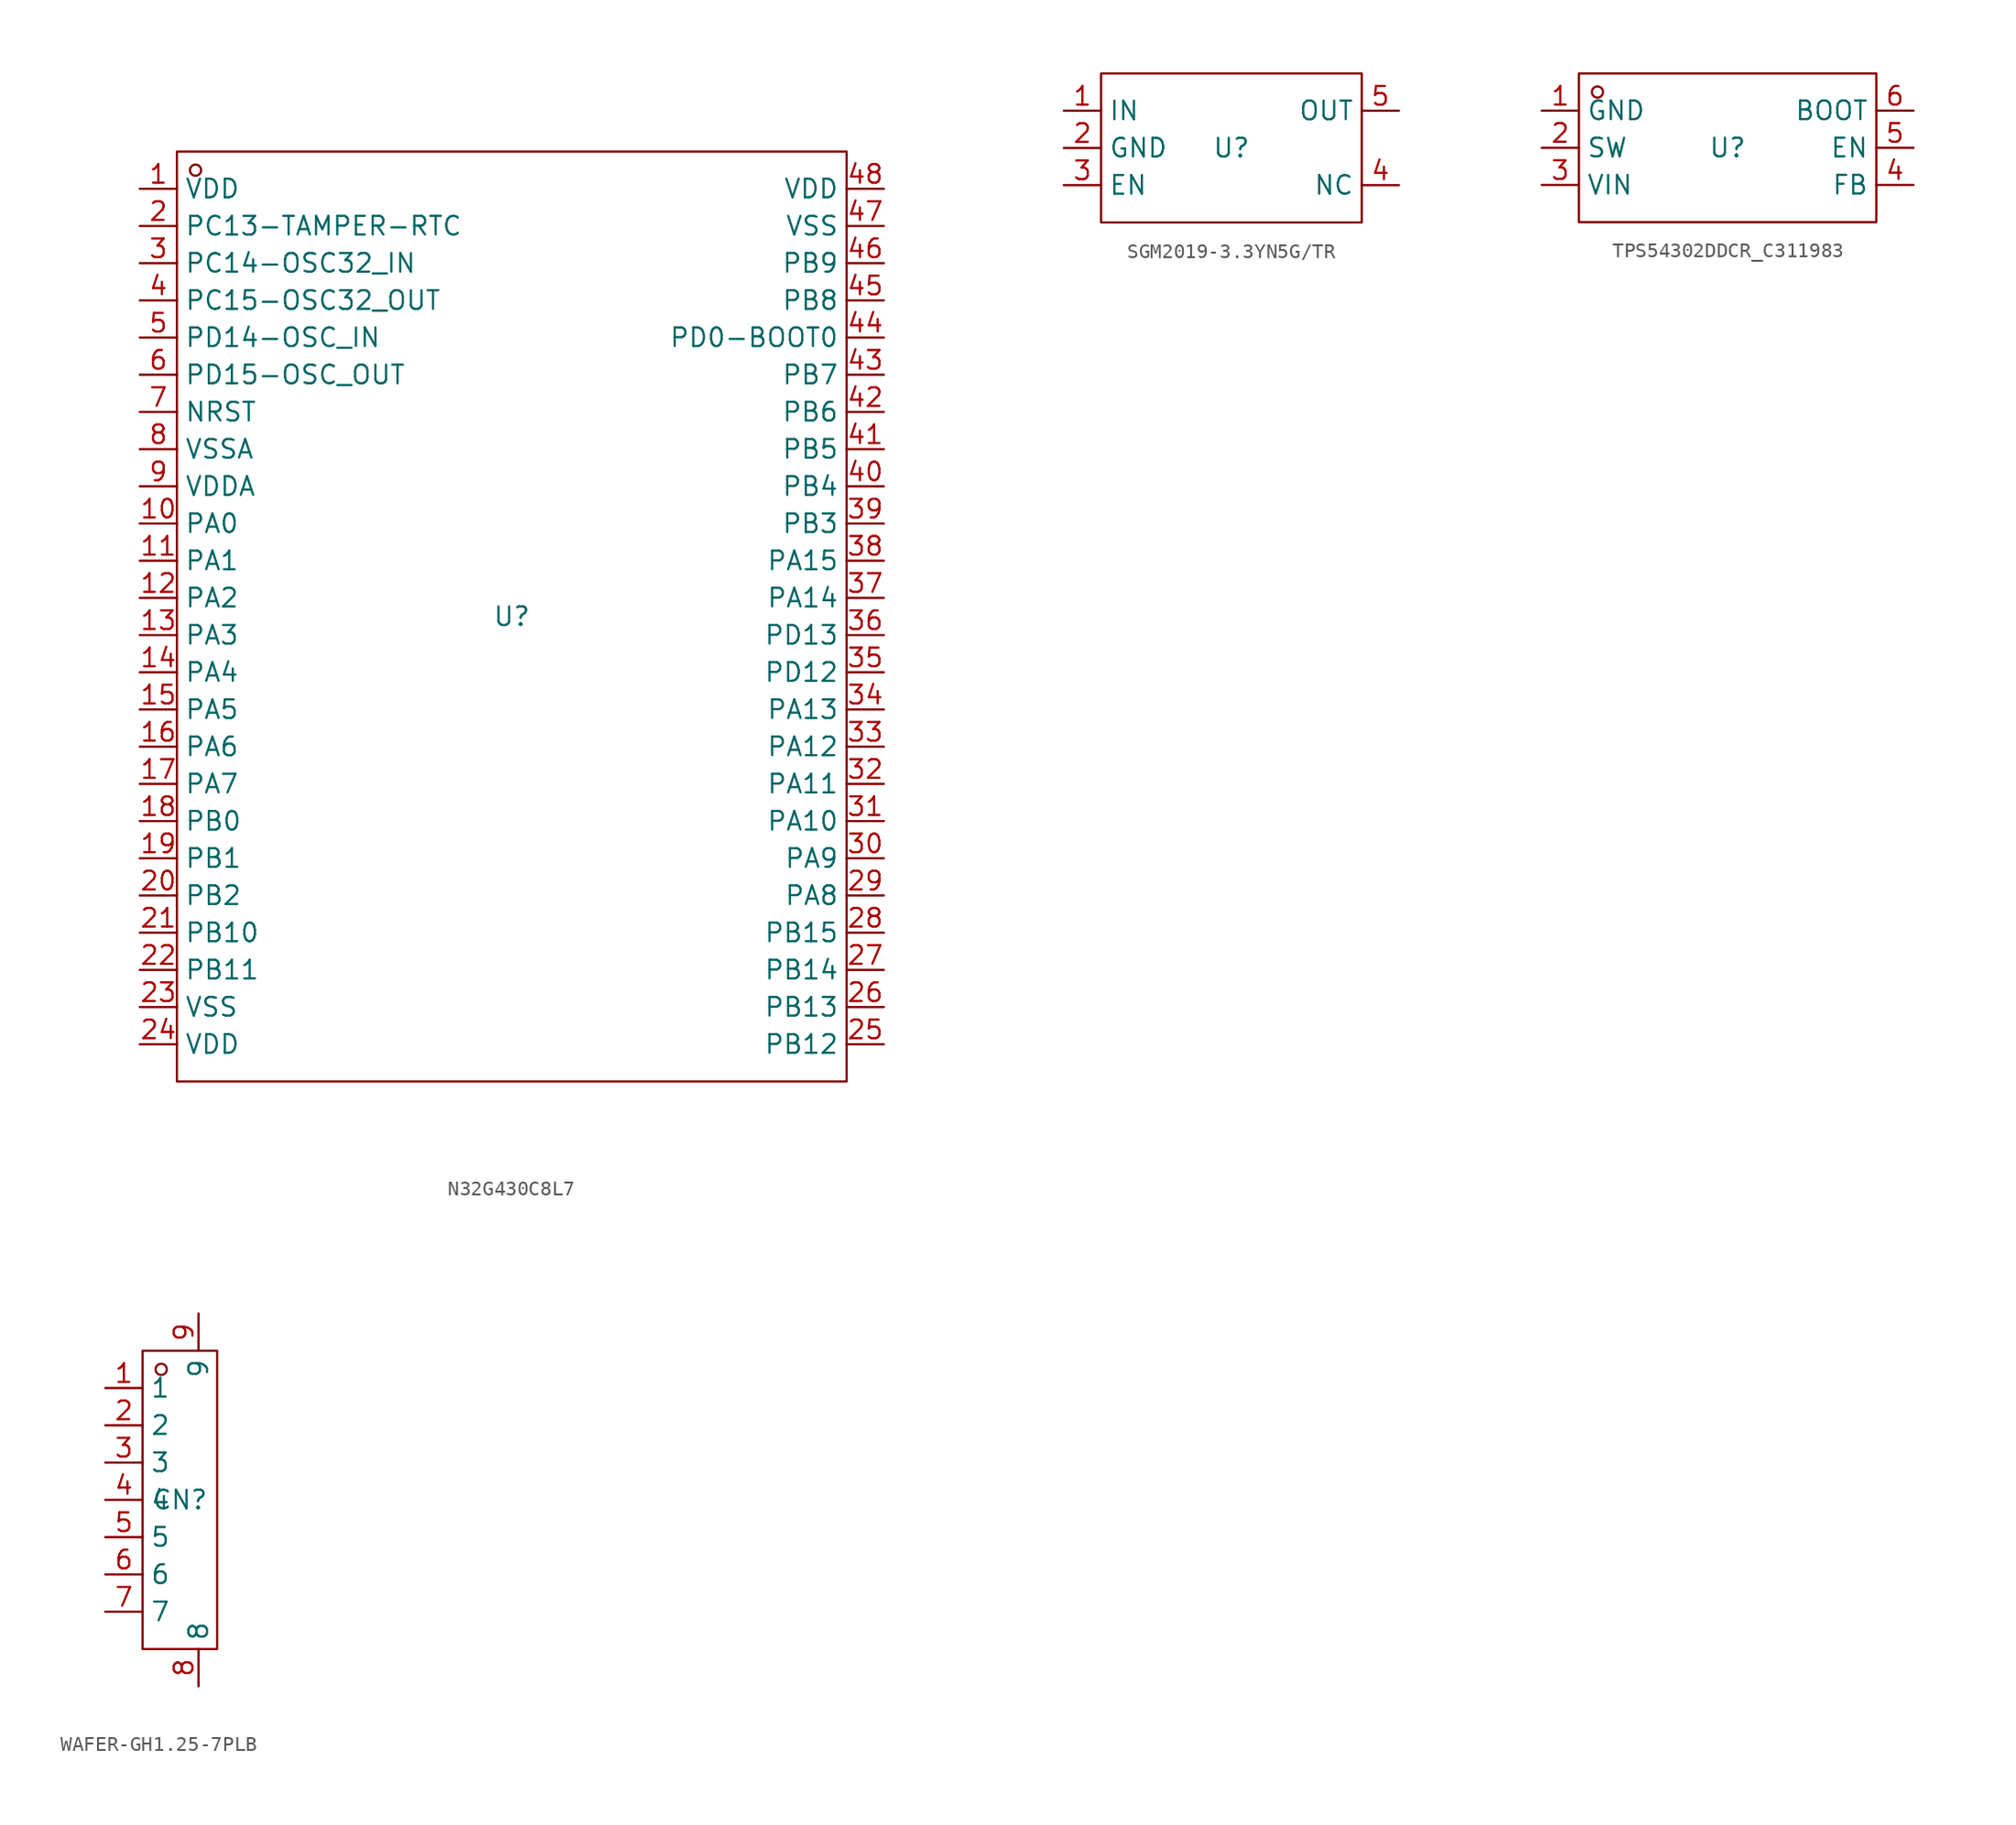
<source format=kicad_sym>
(kicad_symbol_lib
  (version 20241209)
  (generator "kicad_symbol_editor")
  (generator_version "9.0")
  (symbol "N32G430C8L7"
    (property "Reference" "U"
      (at 0 0 0)
      (effects (font (size 1.27 1.27))))
    (property "Value" ""
      (at 0 0 0)
      (effects (font (size 1.27 1.27))))
    (symbol "N32G430C8L7_1_0"
      (rectangle (start -22.86 -31.75) (end 22.86 31.75) (stroke (width 0) (type default)) (fill (type none)))
      (circle (center -21.59 30.48) (radius 0.381) (stroke (width 0) (type default)) (fill (type none)))
      (pin unspecified line (at -25.4 29.21 0) (length 2.54) (name "VDD" (effects (font (size 1.27 1.27)))) (number "1" (effects (font (size 1.27 1.27)))))
      (pin unspecified line (at -25.4 26.67 0) (length 2.54) (name "PC13-TAMPER-RTC" (effects (font (size 1.27 1.27)))) (number "2" (effects (font (size 1.27 1.27)))))
      (pin unspecified line (at -25.4 24.13 0) (length 2.54) (name "PC14-OSC32_IN" (effects (font (size 1.27 1.27)))) (number "3" (effects (font (size 1.27 1.27)))))
      (pin unspecified line (at -25.4 21.59 0) (length 2.54) (name "PC15-OSC32_OUT" (effects (font (size 1.27 1.27)))) (number "4" (effects (font (size 1.27 1.27)))))
      (pin unspecified line (at -25.4 19.05 0) (length 2.54) (name "PD14-OSC_IN" (effects (font (size 1.27 1.27)))) (number "5" (effects (font (size 1.27 1.27)))))
      (pin unspecified line (at -25.4 16.51 0) (length 2.54) (name "PD15-OSC_OUT" (effects (font (size 1.27 1.27)))) (number "6" (effects (font (size 1.27 1.27)))))
      (pin unspecified line (at -25.4 13.97 0) (length 2.54) (name "NRST" (effects (font (size 1.27 1.27)))) (number "7" (effects (font (size 1.27 1.27)))))
      (pin unspecified line (at -25.4 11.43 0) (length 2.54) (name "VSSA" (effects (font (size 1.27 1.27)))) (number "8" (effects (font (size 1.27 1.27)))))
      (pin unspecified line (at -25.4 8.89 0) (length 2.54) (name "VDDA" (effects (font (size 1.27 1.27)))) (number "9" (effects (font (size 1.27 1.27)))))
      (pin unspecified line (at -25.4 6.35 0) (length 2.54) (name "PA0" (effects (font (size 1.27 1.27)))) (number "10" (effects (font (size 1.27 1.27)))))
      (pin unspecified line (at -25.4 3.81 0) (length 2.54) (name "PA1" (effects (font (size 1.27 1.27)))) (number "11" (effects (font (size 1.27 1.27)))))
      (pin unspecified line (at -25.4 1.27 0) (length 2.54) (name "PA2" (effects (font (size 1.27 1.27)))) (number "12" (effects (font (size 1.27 1.27)))))
      (pin unspecified line (at -25.4 -1.27 0) (length 2.54) (name "PA3" (effects (font (size 1.27 1.27)))) (number "13" (effects (font (size 1.27 1.27)))))
      (pin unspecified line (at -25.4 -3.81 0) (length 2.54) (name "PA4" (effects (font (size 1.27 1.27)))) (number "14" (effects (font (size 1.27 1.27)))))
      (pin unspecified line (at -25.4 -6.35 0) (length 2.54) (name "PA5" (effects (font (size 1.27 1.27)))) (number "15" (effects (font (size 1.27 1.27)))))
      (pin unspecified line (at -25.4 -8.89 0) (length 2.54) (name "PA6" (effects (font (size 1.27 1.27)))) (number "16" (effects (font (size 1.27 1.27)))))
      (pin unspecified line (at -25.4 -11.43 0) (length 2.54) (name "PA7" (effects (font (size 1.27 1.27)))) (number "17" (effects (font (size 1.27 1.27)))))
      (pin unspecified line (at -25.4 -13.97 0) (length 2.54) (name "PB0" (effects (font (size 1.27 1.27)))) (number "18" (effects (font (size 1.27 1.27)))))
      (pin unspecified line (at -25.4 -16.51 0) (length 2.54) (name "PB1" (effects (font (size 1.27 1.27)))) (number "19" (effects (font (size 1.27 1.27)))))
      (pin unspecified line (at -25.4 -19.05 0) (length 2.54) (name "PB2" (effects (font (size 1.27 1.27)))) (number "20" (effects (font (size 1.27 1.27)))))
      (pin unspecified line (at -25.4 -21.59 0) (length 2.54) (name "PB10" (effects (font (size 1.27 1.27)))) (number "21" (effects (font (size 1.27 1.27)))))
      (pin unspecified line (at -25.4 -24.13 0) (length 2.54) (name "PB11" (effects (font (size 1.27 1.27)))) (number "22" (effects (font (size 1.27 1.27)))))
      (pin unspecified line (at -25.4 -26.67 0) (length 2.54) (name "VSS" (effects (font (size 1.27 1.27)))) (number "23" (effects (font (size 1.27 1.27)))))
      (pin unspecified line (at -25.4 -29.21 0) (length 2.54) (name "VDD" (effects (font (size 1.27 1.27)))) (number "24" (effects (font (size 1.27 1.27)))))
      (pin unspecified line (at 25.4 29.21 180) (length 2.54) (name "VDD" (effects (font (size 1.27 1.27)))) (number "48" (effects (font (size 1.27 1.27)))))
      (pin unspecified line (at 25.4 26.67 180) (length 2.54) (name "VSS" (effects (font (size 1.27 1.27)))) (number "47" (effects (font (size 1.27 1.27)))))
      (pin unspecified line (at 25.4 24.13 180) (length 2.54) (name "PB9" (effects (font (size 1.27 1.27)))) (number "46" (effects (font (size 1.27 1.27)))))
      (pin unspecified line (at 25.4 21.59 180) (length 2.54) (name "PB8" (effects (font (size 1.27 1.27)))) (number "45" (effects (font (size 1.27 1.27)))))
      (pin unspecified line (at 25.4 19.05 180) (length 2.54) (name "PD0-BOOT0" (effects (font (size 1.27 1.27)))) (number "44" (effects (font (size 1.27 1.27)))))
      (pin unspecified line (at 25.4 16.51 180) (length 2.54) (name "PB7" (effects (font (size 1.27 1.27)))) (number "43" (effects (font (size 1.27 1.27)))))
      (pin unspecified line (at 25.4 13.97 180) (length 2.54) (name "PB6" (effects (font (size 1.27 1.27)))) (number "42" (effects (font (size 1.27 1.27)))))
      (pin unspecified line (at 25.4 11.43 180) (length 2.54) (name "PB5" (effects (font (size 1.27 1.27)))) (number "41" (effects (font (size 1.27 1.27)))))
      (pin unspecified line (at 25.4 8.89 180) (length 2.54) (name "PB4" (effects (font (size 1.27 1.27)))) (number "40" (effects (font (size 1.27 1.27)))))
      (pin unspecified line (at 25.4 6.35 180) (length 2.54) (name "PB3" (effects (font (size 1.27 1.27)))) (number "39" (effects (font (size 1.27 1.27)))))
      (pin unspecified line (at 25.4 3.81 180) (length 2.54) (name "PA15" (effects (font (size 1.27 1.27)))) (number "38" (effects (font (size 1.27 1.27)))))
      (pin unspecified line (at 25.4 1.27 180) (length 2.54) (name "PA14" (effects (font (size 1.27 1.27)))) (number "37" (effects (font (size 1.27 1.27)))))
      (pin unspecified line (at 25.4 -1.27 180) (length 2.54) (name "PD13" (effects (font (size 1.27 1.27)))) (number "36" (effects (font (size 1.27 1.27)))))
      (pin unspecified line (at 25.4 -3.81 180) (length 2.54) (name "PD12" (effects (font (size 1.27 1.27)))) (number "35" (effects (font (size 1.27 1.27)))))
      (pin unspecified line (at 25.4 -6.35 180) (length 2.54) (name "PA13" (effects (font (size 1.27 1.27)))) (number "34" (effects (font (size 1.27 1.27)))))
      (pin unspecified line (at 25.4 -8.89 180) (length 2.54) (name "PA12" (effects (font (size 1.27 1.27)))) (number "33" (effects (font (size 1.27 1.27)))))
      (pin unspecified line (at 25.4 -11.43 180) (length 2.54) (name "PA11" (effects (font (size 1.27 1.27)))) (number "32" (effects (font (size 1.27 1.27)))))
      (pin unspecified line (at 25.4 -13.97 180) (length 2.54) (name "PA10" (effects (font (size 1.27 1.27)))) (number "31" (effects (font (size 1.27 1.27)))))
      (pin unspecified line (at 25.4 -16.51 180) (length 2.54) (name "PA9" (effects (font (size 1.27 1.27)))) (number "30" (effects (font (size 1.27 1.27)))))
      (pin unspecified line (at 25.4 -19.05 180) (length 2.54) (name "PA8" (effects (font (size 1.27 1.27)))) (number "29" (effects (font (size 1.27 1.27)))))
      (pin unspecified line (at 25.4 -21.59 180) (length 2.54) (name "PB15" (effects (font (size 1.27 1.27)))) (number "28" (effects (font (size 1.27 1.27)))))
      (pin unspecified line (at 25.4 -24.13 180) (length 2.54) (name "PB14" (effects (font (size 1.27 1.27)))) (number "27" (effects (font (size 1.27 1.27)))))
      (pin unspecified line (at 25.4 -26.67 180) (length 2.54) (name "PB13" (effects (font (size 1.27 1.27)))) (number "26" (effects (font (size 1.27 1.27)))))
      (pin unspecified line (at 25.4 -29.21 180) (length 2.54) (name "PB12" (effects (font (size 1.27 1.27)))) (number "25" (effects (font (size 1.27 1.27)))))))
  (symbol "SGM2019-3.3YN5G/TR"
    (property "Reference" "U"
      (at 0 0 0)
      (effects (font (size 1.27 1.27))))
    (property "Value" ""
      (at 0 0 0)
      (effects (font (size 1.27 1.27))))
    (symbol "SGM2019-3.3YN5G/TR_1_0"
      (rectangle (start -8.89 5.08) (end 8.89 -5.08) (stroke (width 0) (type default)) (fill (type none)))
      (pin unspecified line (at -11.43 2.54 0) (length 2.54) (name "IN" (effects (font (size 1.27 1.27)))) (number "1" (effects (font (size 1.27 1.27)))))
      (pin unspecified line (at -11.43 0 0) (length 2.54) (name "GND" (effects (font (size 1.27 1.27)))) (number "2" (effects (font (size 1.27 1.27)))))
      (pin unspecified line (at -11.43 -2.54 0) (length 2.54) (name "EN" (effects (font (size 1.27 1.27)))) (number "3" (effects (font (size 1.27 1.27)))))
      (pin unspecified line (at 11.43 2.54 180) (length 2.54) (name "OUT" (effects (font (size 1.27 1.27)))) (number "5" (effects (font (size 1.27 1.27)))))
      (pin unspecified line (at 11.43 -2.54 180) (length 2.54) (name "NC" (effects (font (size 1.27 1.27)))) (number "4" (effects (font (size 1.27 1.27)))))))
  (symbol "TPS54302DDCR_C311983"
    (property "Reference" "U"
      (at 0 0 0)
      (effects (font (size 1.27 1.27))))
    (property "Value" ""
      (at 0 0 0)
      (effects (font (size 1.27 1.27))))
    (symbol "TPS54302DDCR_C311983_1_0"
      (rectangle (start -10.16 -5.08) (end 10.16 5.08) (stroke (width 0) (type default)) (fill (type none)))
      (circle (center -8.89 3.81) (radius 0.381) (stroke (width 0) (type default)) (fill (type none)))
      (pin unspecified line (at -12.7 2.54 0) (length 2.54) (name "GND" (effects (font (size 1.27 1.27)))) (number "1" (effects (font (size 1.27 1.27)))))
      (pin unspecified line (at -12.7 0 0) (length 2.54) (name "SW" (effects (font (size 1.27 1.27)))) (number "2" (effects (font (size 1.27 1.27)))))
      (pin unspecified line (at -12.7 -2.54 0) (length 2.54) (name "VIN" (effects (font (size 1.27 1.27)))) (number "3" (effects (font (size 1.27 1.27)))))
      (pin unspecified line (at 12.7 2.54 180) (length 2.54) (name "BOOT" (effects (font (size 1.27 1.27)))) (number "6" (effects (font (size 1.27 1.27)))))
      (pin unspecified line (at 12.7 0 180) (length 2.54) (name "EN" (effects (font (size 1.27 1.27)))) (number "5" (effects (font (size 1.27 1.27)))))
      (pin unspecified line (at 12.7 -2.54 180) (length 2.54) (name "FB" (effects (font (size 1.27 1.27)))) (number "4" (effects (font (size 1.27 1.27)))))))
  (symbol "WAFER-GH1.25-7PLB"
    (property "Reference" "CN"
      (at 0 0 0)
      (effects (font (size 1.27 1.27))))
    (property "Value" ""
      (at 0 0 0)
      (effects (font (size 1.27 1.27))))
    (symbol "WAFER-GH1.25-7PLB_1_0"
      (rectangle (start -2.54 -10.16) (end 2.54 10.16) (stroke (width 0) (type default)) (fill (type none)))
      (circle (center -1.27 8.89) (radius 0.381) (stroke (width 0) (type default)) (fill (type none)))
      (pin unspecified line (at -5.08 7.62 0) (length 2.54) (name "1" (effects (font (size 1.27 1.27)))) (number "1" (effects (font (size 1.27 1.27)))))
      (pin unspecified line (at -5.08 5.08 0) (length 2.54) (name "2" (effects (font (size 1.27 1.27)))) (number "2" (effects (font (size 1.27 1.27)))))
      (pin unspecified line (at -5.08 2.54 0) (length 2.54) (name "3" (effects (font (size 1.27 1.27)))) (number "3" (effects (font (size 1.27 1.27)))))
      (pin unspecified line (at -5.08 0 0) (length 2.54) (name "4" (effects (font (size 1.27 1.27)))) (number "4" (effects (font (size 1.27 1.27)))))
      (pin unspecified line (at -5.08 -2.54 0) (length 2.54) (name "5" (effects (font (size 1.27 1.27)))) (number "5" (effects (font (size 1.27 1.27)))))
      (pin unspecified line (at -5.08 -5.08 0) (length 2.54) (name "6" (effects (font (size 1.27 1.27)))) (number "6" (effects (font (size 1.27 1.27)))))
      (pin unspecified line (at -5.08 -7.62 0) (length 2.54) (name "7" (effects (font (size 1.27 1.27)))) (number "7" (effects (font (size 1.27 1.27)))))
      (pin unspecified line (at 1.27 12.7 270) (length 2.54) (name "9" (effects (font (size 1.27 1.27)))) (number "9" (effects (font (size 1.27 1.27)))))
      (pin unspecified line (at 1.27 -12.7 90) (length 2.54) (name "8" (effects (font (size 1.27 1.27)))) (number "8" (effects (font (size 1.27 1.27))))))))
</source>
